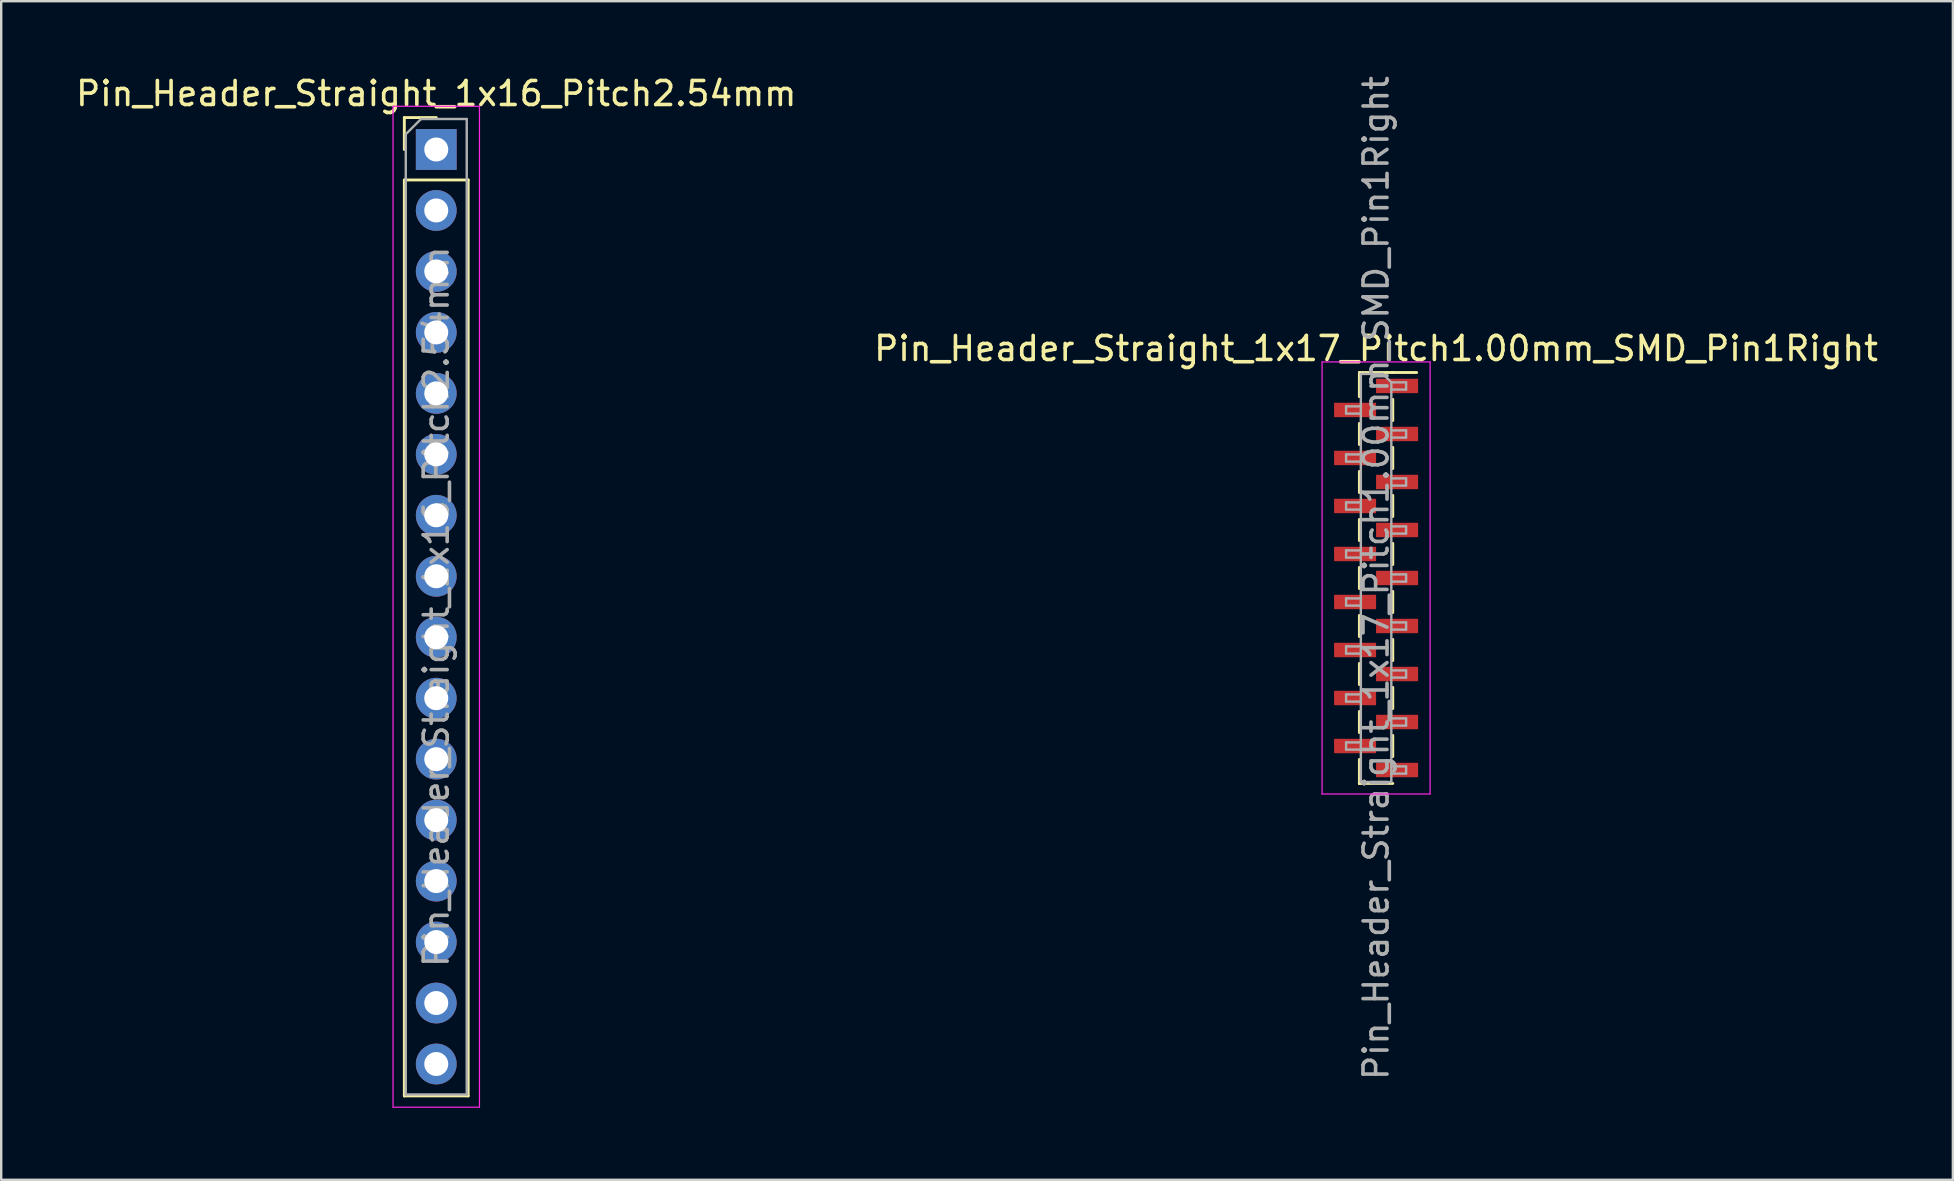
<source format=kicad_pcb>
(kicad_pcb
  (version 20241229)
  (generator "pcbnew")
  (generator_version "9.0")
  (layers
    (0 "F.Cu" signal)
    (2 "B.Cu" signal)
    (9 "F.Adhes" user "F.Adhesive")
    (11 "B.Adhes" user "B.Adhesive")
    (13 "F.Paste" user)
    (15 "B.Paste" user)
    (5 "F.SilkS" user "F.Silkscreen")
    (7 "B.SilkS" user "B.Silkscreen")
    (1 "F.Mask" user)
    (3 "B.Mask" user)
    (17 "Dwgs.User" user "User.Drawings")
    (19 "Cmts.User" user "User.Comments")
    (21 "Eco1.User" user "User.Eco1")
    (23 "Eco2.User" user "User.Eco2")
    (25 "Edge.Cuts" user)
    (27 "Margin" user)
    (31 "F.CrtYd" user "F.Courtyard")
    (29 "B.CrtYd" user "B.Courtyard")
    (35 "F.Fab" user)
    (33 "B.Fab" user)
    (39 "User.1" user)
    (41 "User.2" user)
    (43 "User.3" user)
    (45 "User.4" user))
  (footprint "Pin_Header_Straight_1x17_Pitch1.00mm_SMD_Pin1Right"
    (layer "F.Cu")
    (at 54.28 21.03)
    (property "Reference" "Pin_Header_Straight_1x17_Pitch1.00mm_SMD_Pin1Right" (at 0 -9.56 0) (layer "F.SilkS") (effects (font (size 1 1) (thickness 0.15))))
    (attr smd)
    (fp_line (start -0.695 -8.56) (end -0.695 -7.56) (stroke (width 0.12) (type solid)) (layer "F.SilkS"))
    (fp_line (start -0.695 -8.56) (end 0.695 -8.56) (stroke (width 0.12) (type solid)) (layer "F.SilkS"))
    (fp_line (start -0.695 -8.44) (end -0.695 -7.56) (stroke (width 0.12) (type solid)) (layer "F.SilkS"))
    (fp_line (start -0.695 -6.44) (end -0.695 -5.56) (stroke (width 0.12) (type solid)) (layer "F.SilkS"))
    (fp_line (start -0.695 -4.44) (end -0.695 -3.56) (stroke (width 0.12) (type solid)) (layer "F.SilkS"))
    (fp_line (start -0.695 -2.44) (end -0.695 -1.56) (stroke (width 0.12) (type solid)) (layer "F.SilkS"))
    (fp_line (start -0.695 -0.44) (end -0.695 0.44) (stroke (width 0.12) (type solid)) (layer "F.SilkS"))
    (fp_line (start -0.695 1.56) (end -0.695 2.44) (stroke (width 0.12) (type solid)) (layer "F.SilkS"))
    (fp_line (start -0.695 3.56) (end -0.695 4.44) (stroke (width 0.12) (type solid)) (layer "F.SilkS"))
    (fp_line (start -0.695 5.56) (end -0.695 6.44) (stroke (width 0.12) (type solid)) (layer "F.SilkS"))
    (fp_line (start -0.695 7.56) (end -0.695 8.56) (stroke (width 0.12) (type solid)) (layer "F.SilkS"))
    (fp_line (start -0.695 8.56) (end -0.695 8.56) (stroke (width 0.12) (type solid)) (layer "F.SilkS"))
    (fp_line (start -0.695 8.56) (end 0.695 8.56) (stroke (width 0.12) (type solid)) (layer "F.SilkS"))
    (fp_line (start 0.695 -8.56) (end 0.695 -8.56) (stroke (width 0.12) (type solid)) (layer "F.SilkS"))
    (fp_line (start 0.695 -8.56) (end 1.69 -8.56) (stroke (width 0.12) (type solid)) (layer "F.SilkS"))
    (fp_line (start 0.695 -7.44) (end 0.695 -6.56) (stroke (width 0.12) (type solid)) (layer "F.SilkS"))
    (fp_line (start 0.695 -5.44) (end 0.695 -4.56) (stroke (width 0.12) (type solid)) (layer "F.SilkS"))
    (fp_line (start 0.695 -3.44) (end 0.695 -2.56) (stroke (width 0.12) (type solid)) (layer "F.SilkS"))
    (fp_line (start 0.695 -1.44) (end 0.695 -0.56) (stroke (width 0.12) (type solid)) (layer "F.SilkS"))
    (fp_line (start 0.695 0.56) (end 0.695 1.44) (stroke (width 0.12) (type solid)) (layer "F.SilkS"))
    (fp_line (start 0.695 2.56) (end 0.695 3.44) (stroke (width 0.12) (type solid)) (layer "F.SilkS"))
    (fp_line (start 0.695 4.56) (end 0.695 5.44) (stroke (width 0.12) (type solid)) (layer "F.SilkS"))
    (fp_line (start 0.695 6.56) (end 0.695 7.44) (stroke (width 0.12) (type solid)) (layer "F.SilkS"))
    (fp_line (start -2.25 -9) (end -2.25 9) (stroke (width 0.05) (type solid)) (layer "F.CrtYd"))
    (fp_line (start -2.25 9) (end 2.25 9) (stroke (width 0.05) (type solid)) (layer "F.CrtYd"))
    (fp_line (start 2.25 -9) (end -2.25 -9) (stroke (width 0.05) (type solid)) (layer "F.CrtYd"))
    (fp_line (start 2.25 9) (end 2.25 -9) (stroke (width 0.05) (type solid)) (layer "F.CrtYd"))
    (fp_line (start -1.25 -7.15) (end -1.25 -6.85) (stroke (width 0.1) (type solid)) (layer "F.Fab"))
    (fp_line (start -1.25 -6.85) (end -0.635 -6.85) (stroke (width 0.1) (type solid)) (layer "F.Fab"))
    (fp_line (start -1.25 -5.15) (end -1.25 -4.85) (stroke (width 0.1) (type solid)) (layer "F.Fab"))
    (fp_line (start -1.25 -4.85) (end -0.635 -4.85) (stroke (width 0.1) (type solid)) (layer "F.Fab"))
    (fp_line (start -1.25 -3.15) (end -1.25 -2.85) (stroke (width 0.1) (type solid)) (layer "F.Fab"))
    (fp_line (start -1.25 -2.85) (end -0.635 -2.85) (stroke (width 0.1) (type solid)) (layer "F.Fab"))
    (fp_line (start -1.25 -1.15) (end -1.25 -0.85) (stroke (width 0.1) (type solid)) (layer "F.Fab"))
    (fp_line (start -1.25 -0.85) (end -0.635 -0.85) (stroke (width 0.1) (type solid)) (layer "F.Fab"))
    (fp_line (start -1.25 0.85) (end -1.25 1.15) (stroke (width 0.1) (type solid)) (layer "F.Fab"))
    (fp_line (start -1.25 1.15) (end -0.635 1.15) (stroke (width 0.1) (type solid)) (layer "F.Fab"))
    (fp_line (start -1.25 2.85) (end -1.25 3.15) (stroke (width 0.1) (type solid)) (layer "F.Fab"))
    (fp_line (start -1.25 3.15) (end -0.635 3.15) (stroke (width 0.1) (type solid)) (layer "F.Fab"))
    (fp_line (start -1.25 4.85) (end -1.25 5.15) (stroke (width 0.1) (type solid)) (layer "F.Fab"))
    (fp_line (start -1.25 5.15) (end -0.635 5.15) (stroke (width 0.1) (type solid)) (layer "F.Fab"))
    (fp_line (start -1.25 6.85) (end -1.25 7.15) (stroke (width 0.1) (type solid)) (layer "F.Fab"))
    (fp_line (start -1.25 7.15) (end -0.635 7.15) (stroke (width 0.1) (type solid)) (layer "F.Fab"))
    (fp_line (start -0.635 -8.5) (end -0.635 8.5) (stroke (width 0.1) (type solid)) (layer "F.Fab"))
    (fp_line (start -0.635 -8.5) (end 0.285 -8.5) (stroke (width 0.1) (type solid)) (layer "F.Fab"))
    (fp_line (start -0.635 -7.15) (end -1.25 -7.15) (stroke (width 0.1) (type solid)) (layer "F.Fab"))
    (fp_line (start -0.635 -5.15) (end -1.25 -5.15) (stroke (width 0.1) (type solid)) (layer "F.Fab"))
    (fp_line (start -0.635 -3.15) (end -1.25 -3.15) (stroke (width 0.1) (type solid)) (layer "F.Fab"))
    (fp_line (start -0.635 -1.15) (end -1.25 -1.15) (stroke (width 0.1) (type solid)) (layer "F.Fab"))
    (fp_line (start -0.635 0.85) (end -1.25 0.85) (stroke (width 0.1) (type solid)) (layer "F.Fab"))
    (fp_line (start -0.635 2.85) (end -1.25 2.85) (stroke (width 0.1) (type solid)) (layer "F.Fab"))
    (fp_line (start -0.635 4.85) (end -1.25 4.85) (stroke (width 0.1) (type solid)) (layer "F.Fab"))
    (fp_line (start -0.635 6.85) (end -1.25 6.85) (stroke (width 0.1) (type solid)) (layer "F.Fab"))
    (fp_line (start 0.635 -8.15) (end 0.285 -8.5) (stroke (width 0.1) (type solid)) (layer "F.Fab"))
    (fp_line (start 0.635 -8.15) (end 1.25 -8.15) (stroke (width 0.1) (type solid)) (layer "F.Fab"))
    (fp_line (start 0.635 -6.15) (end 1.25 -6.15) (stroke (width 0.1) (type solid)) (layer "F.Fab"))
    (fp_line (start 0.635 -4.15) (end 1.25 -4.15) (stroke (width 0.1) (type solid)) (layer "F.Fab"))
    (fp_line (start 0.635 -2.15) (end 1.25 -2.15) (stroke (width 0.1) (type solid)) (layer "F.Fab"))
    (fp_line (start 0.635 -0.15) (end 1.25 -0.15) (stroke (width 0.1) (type solid)) (layer "F.Fab"))
    (fp_line (start 0.635 1.85) (end 1.25 1.85) (stroke (width 0.1) (type solid)) (layer "F.Fab"))
    (fp_line (start 0.635 3.85) (end 1.25 3.85) (stroke (width 0.1) (type solid)) (layer "F.Fab"))
    (fp_line (start 0.635 5.85) (end 1.25 5.85) (stroke (width 0.1) (type solid)) (layer "F.Fab"))
    (fp_line (start 0.635 7.85) (end 1.25 7.85) (stroke (width 0.1) (type solid)) (layer "F.Fab"))
    (fp_line (start 0.635 8.5) (end -0.635 8.5) (stroke (width 0.1) (type solid)) (layer "F.Fab"))
    (fp_line (start 0.635 8.5) (end 0.635 -8.15) (stroke (width 0.1) (type solid)) (layer "F.Fab"))
    (fp_line (start 1.25 -8.15) (end 1.25 -7.85) (stroke (width 0.1) (type solid)) (layer "F.Fab"))
    (fp_line (start 1.25 -7.85) (end 0.635 -7.85) (stroke (width 0.1) (type solid)) (layer "F.Fab"))
    (fp_line (start 1.25 -6.15) (end 1.25 -5.85) (stroke (width 0.1) (type solid)) (layer "F.Fab"))
    (fp_line (start 1.25 -5.85) (end 0.635 -5.85) (stroke (width 0.1) (type solid)) (layer "F.Fab"))
    (fp_line (start 1.25 -4.15) (end 1.25 -3.85) (stroke (width 0.1) (type solid)) (layer "F.Fab"))
    (fp_line (start 1.25 -3.85) (end 0.635 -3.85) (stroke (width 0.1) (type solid)) (layer "F.Fab"))
    (fp_line (start 1.25 -2.15) (end 1.25 -1.85) (stroke (width 0.1) (type solid)) (layer "F.Fab"))
    (fp_line (start 1.25 -1.85) (end 0.635 -1.85) (stroke (width 0.1) (type solid)) (layer "F.Fab"))
    (fp_line (start 1.25 -0.15) (end 1.25 0.15) (stroke (width 0.1) (type solid)) (layer "F.Fab"))
    (fp_line (start 1.25 0.15) (end 0.635 0.15) (stroke (width 0.1) (type solid)) (layer "F.Fab"))
    (fp_line (start 1.25 1.85) (end 1.25 2.15) (stroke (width 0.1) (type solid)) (layer "F.Fab"))
    (fp_line (start 1.25 2.15) (end 0.635 2.15) (stroke (width 0.1) (type solid)) (layer "F.Fab"))
    (fp_line (start 1.25 3.85) (end 1.25 4.15) (stroke (width 0.1) (type solid)) (layer "F.Fab"))
    (fp_line (start 1.25 4.15) (end 0.635 4.15) (stroke (width 0.1) (type solid)) (layer "F.Fab"))
    (fp_line (start 1.25 5.85) (end 1.25 6.15) (stroke (width 0.1) (type solid)) (layer "F.Fab"))
    (fp_line (start 1.25 6.15) (end 0.635 6.15) (stroke (width 0.1) (type solid)) (layer "F.Fab"))
    (fp_line (start 1.25 7.85) (end 1.25 8.15) (stroke (width 0.1) (type solid)) (layer "F.Fab"))
    (fp_line (start 1.25 8.15) (end 0.635 8.15) (stroke (width 0.1) (type solid)) (layer "F.Fab"))
    (fp_text user "${REFERENCE}" (at 0 0 90) (layer "F.Fab") (effects (font (size 1 1) (thickness 0.15))))
    (pad "1" smd rect (at 0.875 -8) (size 1.75 0.6) (layers "F.Cu" "F.Mask" "F.Paste"))
    (pad "2" smd rect (at -0.875 -7) (size 1.75 0.6) (layers "F.Cu" "F.Mask" "F.Paste"))
    (pad "3" smd rect (at 0.875 -6) (size 1.75 0.6) (layers "F.Cu" "F.Mask" "F.Paste"))
    (pad "4" smd rect (at -0.875 -5) (size 1.75 0.6) (layers "F.Cu" "F.Mask" "F.Paste"))
    (pad "5" smd rect (at 0.875 -4) (size 1.75 0.6) (layers "F.Cu" "F.Mask" "F.Paste"))
    (pad "6" smd rect (at -0.875 -3) (size 1.75 0.6) (layers "F.Cu" "F.Mask" "F.Paste"))
    (pad "7" smd rect (at 0.875 -2) (size 1.75 0.6) (layers "F.Cu" "F.Mask" "F.Paste"))
    (pad "8" smd rect (at -0.875 -1) (size 1.75 0.6) (layers "F.Cu" "F.Mask" "F.Paste"))
    (pad "9" smd rect (at 0.875 0) (size 1.75 0.6) (layers "F.Cu" "F.Mask" "F.Paste"))
    (pad "10" smd rect (at -0.875 1) (size 1.75 0.6) (layers "F.Cu" "F.Mask" "F.Paste"))
    (pad "11" smd rect (at 0.875 2) (size 1.75 0.6) (layers "F.Cu" "F.Mask" "F.Paste"))
    (pad "12" smd rect (at -0.875 3) (size 1.75 0.6) (layers "F.Cu" "F.Mask" "F.Paste"))
    (pad "13" smd rect (at 0.875 4) (size 1.75 0.6) (layers "F.Cu" "F.Mask" "F.Paste"))
    (pad "14" smd rect (at -0.875 5) (size 1.75 0.6) (layers "F.Cu" "F.Mask" "F.Paste"))
    (pad "15" smd rect (at 0.875 6) (size 1.75 0.6) (layers "F.Cu" "F.Mask" "F.Paste"))
    (pad "16" smd rect (at -0.875 7) (size 1.75 0.6) (layers "F.Cu" "F.Mask" "F.Paste"))
    (pad "17" smd rect (at 0.875 8) (size 1.75 0.6) (layers "F.Cu" "F.Mask" "F.Paste")))
  (footprint "Pin_Header_Straight_1x16_Pitch2.54mm"
    (layer "F.Cu")
    (at 15.125 3.178)
    (property "Reference" "Pin_Header_Straight_1x16_Pitch2.54mm" (at 0 -2.33 0) (layer "F.SilkS") (effects (font (size 1 1) (thickness 0.15))))
    (attr through_hole)
    (fp_line (start -1.33 -1.33) (end 0 -1.33) (stroke (width 0.12) (type solid)) (layer "F.SilkS"))
    (fp_line (start -1.33 0) (end -1.33 -1.33) (stroke (width 0.12) (type solid)) (layer "F.SilkS"))
    (fp_line (start -1.33 1.27) (end -1.33 39.43) (stroke (width 0.12) (type solid)) (layer "F.SilkS"))
    (fp_line (start -1.33 1.27) (end 1.33 1.27) (stroke (width 0.12) (type solid)) (layer "F.SilkS"))
    (fp_line (start -1.33 39.43) (end 1.33 39.43) (stroke (width 0.12) (type solid)) (layer "F.SilkS"))
    (fp_line (start 1.33 1.27) (end 1.33 39.43) (stroke (width 0.12) (type solid)) (layer "F.SilkS"))
    (fp_line (start -1.8 -1.8) (end -1.8 39.9) (stroke (width 0.05) (type solid)) (layer "F.CrtYd"))
    (fp_line (start -1.8 39.9) (end 1.8 39.9) (stroke (width 0.05) (type solid)) (layer "F.CrtYd"))
    (fp_line (start 1.8 -1.8) (end -1.8 -1.8) (stroke (width 0.05) (type solid)) (layer "F.CrtYd"))
    (fp_line (start 1.8 39.9) (end 1.8 -1.8) (stroke (width 0.05) (type solid)) (layer "F.CrtYd"))
    (fp_line (start -1.27 -0.635) (end -0.635 -1.27) (stroke (width 0.1) (type solid)) (layer "F.Fab"))
    (fp_line (start -1.27 39.37) (end -1.27 -0.635) (stroke (width 0.1) (type solid)) (layer "F.Fab"))
    (fp_line (start -0.635 -1.27) (end 1.27 -1.27) (stroke (width 0.1) (type solid)) (layer "F.Fab"))
    (fp_line (start 1.27 -1.27) (end 1.27 39.37) (stroke (width 0.1) (type solid)) (layer "F.Fab"))
    (fp_line (start 1.27 39.37) (end -1.27 39.37) (stroke (width 0.1) (type solid)) (layer "F.Fab"))
    (fp_text user "${REFERENCE}" (at 0 19.05 90) (layer "F.Fab") (effects (font (size 1 1) (thickness 0.15))))
    (pad "1" thru_hole rect (at 0 0) (size 1.7 1.7) (drill 1) (layers "*.Cu" "*.Mask"))
    (pad "2" thru_hole oval (at 0 2.54) (size 1.7 1.7) (drill 1) (layers "*.Cu" "*.Mask"))
    (pad "3" thru_hole oval (at 0 5.08) (size 1.7 1.7) (drill 1) (layers "*.Cu" "*.Mask"))
    (pad "4" thru_hole oval (at 0 7.62) (size 1.7 1.7) (drill 1) (layers "*.Cu" "*.Mask"))
    (pad "5" thru_hole oval (at 0 10.16) (size 1.7 1.7) (drill 1) (layers "*.Cu" "*.Mask"))
    (pad "6" thru_hole oval (at 0 12.7) (size 1.7 1.7) (drill 1) (layers "*.Cu" "*.Mask"))
    (pad "7" thru_hole oval (at 0 15.24) (size 1.7 1.7) (drill 1) (layers "*.Cu" "*.Mask"))
    (pad "8" thru_hole oval (at 0 17.78) (size 1.7 1.7) (drill 1) (layers "*.Cu" "*.Mask"))
    (pad "9" thru_hole oval (at 0 20.32) (size 1.7 1.7) (drill 1) (layers "*.Cu" "*.Mask"))
    (pad "10" thru_hole oval (at 0 22.86) (size 1.7 1.7) (drill 1) (layers "*.Cu" "*.Mask"))
    (pad "11" thru_hole oval (at 0 25.4) (size 1.7 1.7) (drill 1) (layers "*.Cu" "*.Mask"))
    (pad "12" thru_hole oval (at 0 27.94) (size 1.7 1.7) (drill 1) (layers "*.Cu" "*.Mask"))
    (pad "13" thru_hole oval (at 0 30.48) (size 1.7 1.7) (drill 1) (layers "*.Cu" "*.Mask"))
    (pad "14" thru_hole oval (at 0 33.02) (size 1.7 1.7) (drill 1) (layers "*.Cu" "*.Mask"))
    (pad "15" thru_hole oval (at 0 35.56) (size 1.7 1.7) (drill 1) (layers "*.Cu" "*.Mask"))
    (pad "16" thru_hole oval (at 0 38.1) (size 1.7 1.7) (drill 1) (layers "*.Cu" "*.Mask")))
  (gr_rect
    (start -3 -3)
    (end 78.31 46.103)
    (stroke (width 0.1) (type default))
    (fill no)
    (layer "Edge.Cuts")))
</source>
